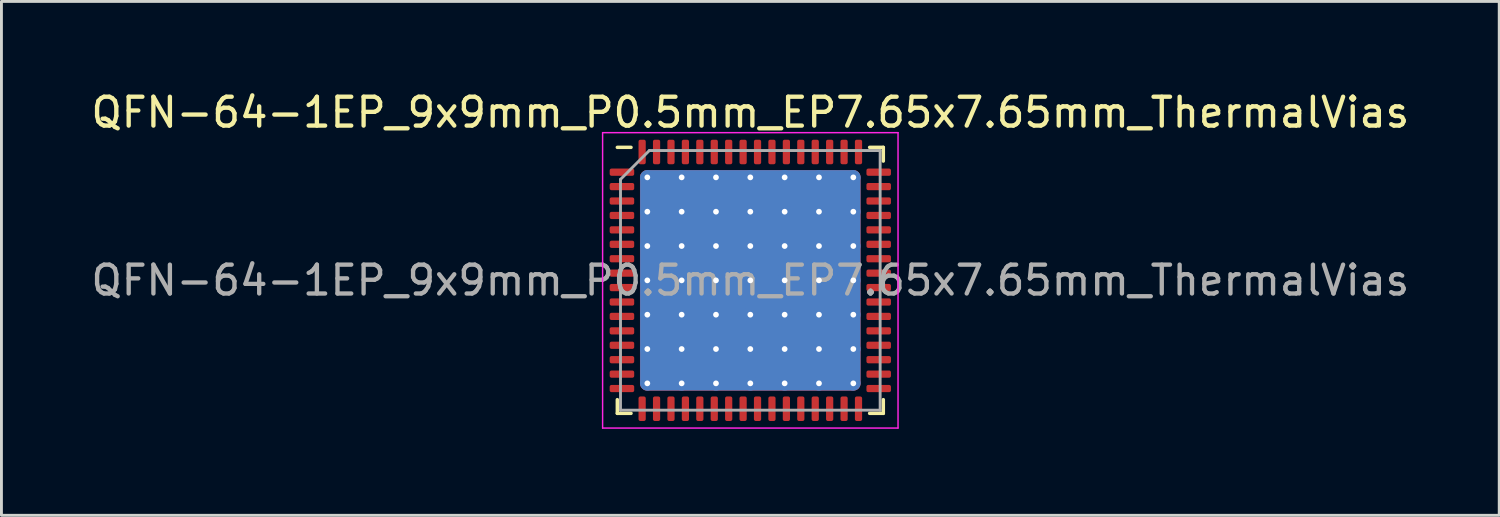
<source format=kicad_pcb>
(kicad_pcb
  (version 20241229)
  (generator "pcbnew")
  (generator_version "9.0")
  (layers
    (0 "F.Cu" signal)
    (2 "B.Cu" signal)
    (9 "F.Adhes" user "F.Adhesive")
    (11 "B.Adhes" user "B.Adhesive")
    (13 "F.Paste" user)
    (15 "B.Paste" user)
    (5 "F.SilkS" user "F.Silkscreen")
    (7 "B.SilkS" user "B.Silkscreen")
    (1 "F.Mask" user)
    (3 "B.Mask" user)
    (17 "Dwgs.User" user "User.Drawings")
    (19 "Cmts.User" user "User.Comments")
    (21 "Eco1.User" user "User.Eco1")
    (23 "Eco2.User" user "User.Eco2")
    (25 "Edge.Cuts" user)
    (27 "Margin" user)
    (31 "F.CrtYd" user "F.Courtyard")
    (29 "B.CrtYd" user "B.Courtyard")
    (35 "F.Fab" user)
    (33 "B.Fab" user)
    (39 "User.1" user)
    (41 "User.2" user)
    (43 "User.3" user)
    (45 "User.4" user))
  (footprint "QFN-64-1EP_9x9mm_P0.5mm_EP7.65x7.65mm_ThermalVias"
    (layer "F.Cu")
    (at 22.958 6.668)
    (property "Reference" "QFN-64-1EP_9x9mm_P0.5mm_EP7.65x7.65mm_ThermalVias" (at 0 -5.82 0) (layer "F.SilkS") (effects (font (size 1 1) (thickness 0.15))))
    (attr smd)
    (fp_line (start -4.61 4.61) (end -4.61 4.135) (stroke (width 0.12) (type solid)) (layer "F.SilkS"))
    (fp_line (start -4.135 -4.61) (end -4.61 -4.61) (stroke (width 0.12) (type solid)) (layer "F.SilkS"))
    (fp_line (start -4.135 4.61) (end -4.61 4.61) (stroke (width 0.12) (type solid)) (layer "F.SilkS"))
    (fp_line (start 4.135 -4.61) (end 4.61 -4.61) (stroke (width 0.12) (type solid)) (layer "F.SilkS"))
    (fp_line (start 4.135 4.61) (end 4.61 4.61) (stroke (width 0.12) (type solid)) (layer "F.SilkS"))
    (fp_line (start 4.61 -4.61) (end 4.61 -4.135) (stroke (width 0.12) (type solid)) (layer "F.SilkS"))
    (fp_line (start 4.61 4.61) (end 4.61 4.135) (stroke (width 0.12) (type solid)) (layer "F.SilkS"))
    (fp_line (start -5.12 -5.12) (end -5.12 5.12) (stroke (width 0.05) (type solid)) (layer "F.CrtYd"))
    (fp_line (start -5.12 5.12) (end 5.12 5.12) (stroke (width 0.05) (type solid)) (layer "F.CrtYd"))
    (fp_line (start 5.12 -5.12) (end -5.12 -5.12) (stroke (width 0.05) (type solid)) (layer "F.CrtYd"))
    (fp_line (start 5.12 5.12) (end 5.12 -5.12) (stroke (width 0.05) (type solid)) (layer "F.CrtYd"))
    (fp_line (start -4.5 -3.5) (end -3.5 -4.5) (stroke (width 0.1) (type solid)) (layer "F.Fab"))
    (fp_line (start -4.5 4.5) (end -4.5 -3.5) (stroke (width 0.1) (type solid)) (layer "F.Fab"))
    (fp_line (start -3.5 -4.5) (end 4.5 -4.5) (stroke (width 0.1) (type solid)) (layer "F.Fab"))
    (fp_line (start 4.5 -4.5) (end 4.5 4.5) (stroke (width 0.1) (type solid)) (layer "F.Fab"))
    (fp_line (start 4.5 4.5) (end -4.5 4.5) (stroke (width 0.1) (type solid)) (layer "F.Fab"))
    (fp_text user "${REFERENCE}" (at 0 0 0) (layer "F.Fab") (effects (font (size 1 1) (thickness 0.15))))
    (pad "" smd custom (at -2.975 -2.975) (size 0.943 0.943) (layers "F.Paste") (options (anchor circle)) (primitives (gr_poly (pts (xy -0.514 -0.393) (xy -0.393 -0.514) (xy 0.393 -0.514) (xy 0.514 -0.393) (xy 0.514 0.393) (xy 0.393 0.514) (xy -0.393 0.514) (xy -0.514 0.393)) (width 0) (fill yes))))
    (pad "" smd custom (at -2.975 -1.785) (size 0.943 0.943) (layers "F.Paste") (options (anchor circle)) (primitives (gr_poly (pts (xy -0.514 -0.393) (xy -0.393 -0.514) (xy 0.393 -0.514) (xy 0.514 -0.393) (xy 0.514 0.393) (xy 0.393 0.514) (xy -0.393 0.514) (xy -0.514 0.393)) (width 0) (fill yes))))
    (pad "" smd custom (at -2.975 -0.595) (size 0.943 0.943) (layers "F.Paste") (options (anchor circle)) (primitives (gr_poly (pts (xy -0.514 -0.393) (xy -0.393 -0.514) (xy 0.393 -0.514) (xy 0.514 -0.393) (xy 0.514 0.393) (xy 0.393 0.514) (xy -0.393 0.514) (xy -0.514 0.393)) (width 0) (fill yes))))
    (pad "" smd custom (at -2.975 0.595) (size 0.943 0.943) (layers "F.Paste") (options (anchor circle)) (primitives (gr_poly (pts (xy -0.514 -0.393) (xy -0.393 -0.514) (xy 0.393 -0.514) (xy 0.514 -0.393) (xy 0.514 0.393) (xy 0.393 0.514) (xy -0.393 0.514) (xy -0.514 0.393)) (width 0) (fill yes))))
    (pad "" smd custom (at -2.975 1.785) (size 0.943 0.943) (layers "F.Paste") (options (anchor circle)) (primitives (gr_poly (pts (xy -0.514 -0.393) (xy -0.393 -0.514) (xy 0.393 -0.514) (xy 0.514 -0.393) (xy 0.514 0.393) (xy 0.393 0.514) (xy -0.393 0.514) (xy -0.514 0.393)) (width 0) (fill yes))))
    (pad "" smd custom (at -2.975 2.975) (size 0.943 0.943) (layers "F.Paste") (options (anchor circle)) (primitives (gr_poly (pts (xy -0.514 -0.393) (xy -0.393 -0.514) (xy 0.393 -0.514) (xy 0.514 -0.393) (xy 0.514 0.393) (xy 0.393 0.514) (xy -0.393 0.514) (xy -0.514 0.393)) (width 0) (fill yes))))
    (pad "" smd custom (at -1.785 -2.975) (size 0.943 0.943) (layers "F.Paste") (options (anchor circle)) (primitives (gr_poly (pts (xy -0.514 -0.393) (xy -0.393 -0.514) (xy 0.393 -0.514) (xy 0.514 -0.393) (xy 0.514 0.393) (xy 0.393 0.514) (xy -0.393 0.514) (xy -0.514 0.393)) (width 0) (fill yes))))
    (pad "" smd custom (at -1.785 -1.785) (size 0.943 0.943) (layers "F.Paste") (options (anchor circle)) (primitives (gr_poly (pts (xy -0.514 -0.393) (xy -0.393 -0.514) (xy 0.393 -0.514) (xy 0.514 -0.393) (xy 0.514 0.393) (xy 0.393 0.514) (xy -0.393 0.514) (xy -0.514 0.393)) (width 0) (fill yes))))
    (pad "" smd custom (at -1.785 -0.595) (size 0.943 0.943) (layers "F.Paste") (options (anchor circle)) (primitives (gr_poly (pts (xy -0.514 -0.393) (xy -0.393 -0.514) (xy 0.393 -0.514) (xy 0.514 -0.393) (xy 0.514 0.393) (xy 0.393 0.514) (xy -0.393 0.514) (xy -0.514 0.393)) (width 0) (fill yes))))
    (pad "" smd custom (at -1.785 0.595) (size 0.943 0.943) (layers "F.Paste") (options (anchor circle)) (primitives (gr_poly (pts (xy -0.514 -0.393) (xy -0.393 -0.514) (xy 0.393 -0.514) (xy 0.514 -0.393) (xy 0.514 0.393) (xy 0.393 0.514) (xy -0.393 0.514) (xy -0.514 0.393)) (width 0) (fill yes))))
    (pad "" smd custom (at -1.785 1.785) (size 0.943 0.943) (layers "F.Paste") (options (anchor circle)) (primitives (gr_poly (pts (xy -0.514 -0.393) (xy -0.393 -0.514) (xy 0.393 -0.514) (xy 0.514 -0.393) (xy 0.514 0.393) (xy 0.393 0.514) (xy -0.393 0.514) (xy -0.514 0.393)) (width 0) (fill yes))))
    (pad "" smd custom (at -1.785 2.975) (size 0.943 0.943) (layers "F.Paste") (options (anchor circle)) (primitives (gr_poly (pts (xy -0.514 -0.393) (xy -0.393 -0.514) (xy 0.393 -0.514) (xy 0.514 -0.393) (xy 0.514 0.393) (xy 0.393 0.514) (xy -0.393 0.514) (xy -0.514 0.393)) (width 0) (fill yes))))
    (pad "" smd custom (at -0.595 -2.975) (size 0.943 0.943) (layers "F.Paste") (options (anchor circle)) (primitives (gr_poly (pts (xy -0.514 -0.393) (xy -0.393 -0.514) (xy 0.393 -0.514) (xy 0.514 -0.393) (xy 0.514 0.393) (xy 0.393 0.514) (xy -0.393 0.514) (xy -0.514 0.393)) (width 0) (fill yes))))
    (pad "" smd custom (at -0.595 -1.785) (size 0.943 0.943) (layers "F.Paste") (options (anchor circle)) (primitives (gr_poly (pts (xy -0.514 -0.393) (xy -0.393 -0.514) (xy 0.393 -0.514) (xy 0.514 -0.393) (xy 0.514 0.393) (xy 0.393 0.514) (xy -0.393 0.514) (xy -0.514 0.393)) (width 0) (fill yes))))
    (pad "" smd custom (at -0.595 -0.595) (size 0.943 0.943) (layers "F.Paste") (options (anchor circle)) (primitives (gr_poly (pts (xy -0.514 -0.393) (xy -0.393 -0.514) (xy 0.393 -0.514) (xy 0.514 -0.393) (xy 0.514 0.393) (xy 0.393 0.514) (xy -0.393 0.514) (xy -0.514 0.393)) (width 0) (fill yes))))
    (pad "" smd custom (at -0.595 0.595) (size 0.943 0.943) (layers "F.Paste") (options (anchor circle)) (primitives (gr_poly (pts (xy -0.514 -0.393) (xy -0.393 -0.514) (xy 0.393 -0.514) (xy 0.514 -0.393) (xy 0.514 0.393) (xy 0.393 0.514) (xy -0.393 0.514) (xy -0.514 0.393)) (width 0) (fill yes))))
    (pad "" smd custom (at -0.595 1.785) (size 0.943 0.943) (layers "F.Paste") (options (anchor circle)) (primitives (gr_poly (pts (xy -0.514 -0.393) (xy -0.393 -0.514) (xy 0.393 -0.514) (xy 0.514 -0.393) (xy 0.514 0.393) (xy 0.393 0.514) (xy -0.393 0.514) (xy -0.514 0.393)) (width 0) (fill yes))))
    (pad "" smd custom (at -0.595 2.975) (size 0.943 0.943) (layers "F.Paste") (options (anchor circle)) (primitives (gr_poly (pts (xy -0.514 -0.393) (xy -0.393 -0.514) (xy 0.393 -0.514) (xy 0.514 -0.393) (xy 0.514 0.393) (xy 0.393 0.514) (xy -0.393 0.514) (xy -0.514 0.393)) (width 0) (fill yes))))
    (pad "" smd custom (at 0.595 -2.975) (size 0.943 0.943) (layers "F.Paste") (options (anchor circle)) (primitives (gr_poly (pts (xy -0.514 -0.393) (xy -0.393 -0.514) (xy 0.393 -0.514) (xy 0.514 -0.393) (xy 0.514 0.393) (xy 0.393 0.514) (xy -0.393 0.514) (xy -0.514 0.393)) (width 0) (fill yes))))
    (pad "" smd custom (at 0.595 -1.785) (size 0.943 0.943) (layers "F.Paste") (options (anchor circle)) (primitives (gr_poly (pts (xy -0.514 -0.393) (xy -0.393 -0.514) (xy 0.393 -0.514) (xy 0.514 -0.393) (xy 0.514 0.393) (xy 0.393 0.514) (xy -0.393 0.514) (xy -0.514 0.393)) (width 0) (fill yes))))
    (pad "" smd custom (at 0.595 -0.595) (size 0.943 0.943) (layers "F.Paste") (options (anchor circle)) (primitives (gr_poly (pts (xy -0.514 -0.393) (xy -0.393 -0.514) (xy 0.393 -0.514) (xy 0.514 -0.393) (xy 0.514 0.393) (xy 0.393 0.514) (xy -0.393 0.514) (xy -0.514 0.393)) (width 0) (fill yes))))
    (pad "" smd custom (at 0.595 0.595) (size 0.943 0.943) (layers "F.Paste") (options (anchor circle)) (primitives (gr_poly (pts (xy -0.514 -0.393) (xy -0.393 -0.514) (xy 0.393 -0.514) (xy 0.514 -0.393) (xy 0.514 0.393) (xy 0.393 0.514) (xy -0.393 0.514) (xy -0.514 0.393)) (width 0) (fill yes))))
    (pad "" smd custom (at 0.595 1.785) (size 0.943 0.943) (layers "F.Paste") (options (anchor circle)) (primitives (gr_poly (pts (xy -0.514 -0.393) (xy -0.393 -0.514) (xy 0.393 -0.514) (xy 0.514 -0.393) (xy 0.514 0.393) (xy 0.393 0.514) (xy -0.393 0.514) (xy -0.514 0.393)) (width 0) (fill yes))))
    (pad "" smd custom (at 0.595 2.975) (size 0.943 0.943) (layers "F.Paste") (options (anchor circle)) (primitives (gr_poly (pts (xy -0.514 -0.393) (xy -0.393 -0.514) (xy 0.393 -0.514) (xy 0.514 -0.393) (xy 0.514 0.393) (xy 0.393 0.514) (xy -0.393 0.514) (xy -0.514 0.393)) (width 0) (fill yes))))
    (pad "" smd custom (at 1.785 -2.975) (size 0.943 0.943) (layers "F.Paste") (options (anchor circle)) (primitives (gr_poly (pts (xy -0.514 -0.393) (xy -0.393 -0.514) (xy 0.393 -0.514) (xy 0.514 -0.393) (xy 0.514 0.393) (xy 0.393 0.514) (xy -0.393 0.514) (xy -0.514 0.393)) (width 0) (fill yes))))
    (pad "" smd custom (at 1.785 -1.785) (size 0.943 0.943) (layers "F.Paste") (options (anchor circle)) (primitives (gr_poly (pts (xy -0.514 -0.393) (xy -0.393 -0.514) (xy 0.393 -0.514) (xy 0.514 -0.393) (xy 0.514 0.393) (xy 0.393 0.514) (xy -0.393 0.514) (xy -0.514 0.393)) (width 0) (fill yes))))
    (pad "" smd custom (at 1.785 -0.595) (size 0.943 0.943) (layers "F.Paste") (options (anchor circle)) (primitives (gr_poly (pts (xy -0.514 -0.393) (xy -0.393 -0.514) (xy 0.393 -0.514) (xy 0.514 -0.393) (xy 0.514 0.393) (xy 0.393 0.514) (xy -0.393 0.514) (xy -0.514 0.393)) (width 0) (fill yes))))
    (pad "" smd custom (at 1.785 0.595) (size 0.943 0.943) (layers "F.Paste") (options (anchor circle)) (primitives (gr_poly (pts (xy -0.514 -0.393) (xy -0.393 -0.514) (xy 0.393 -0.514) (xy 0.514 -0.393) (xy 0.514 0.393) (xy 0.393 0.514) (xy -0.393 0.514) (xy -0.514 0.393)) (width 0) (fill yes))))
    (pad "" smd custom (at 1.785 1.785) (size 0.943 0.943) (layers "F.Paste") (options (anchor circle)) (primitives (gr_poly (pts (xy -0.514 -0.393) (xy -0.393 -0.514) (xy 0.393 -0.514) (xy 0.514 -0.393) (xy 0.514 0.393) (xy 0.393 0.514) (xy -0.393 0.514) (xy -0.514 0.393)) (width 0) (fill yes))))
    (pad "" smd custom (at 1.785 2.975) (size 0.943 0.943) (layers "F.Paste") (options (anchor circle)) (primitives (gr_poly (pts (xy -0.514 -0.393) (xy -0.393 -0.514) (xy 0.393 -0.514) (xy 0.514 -0.393) (xy 0.514 0.393) (xy 0.393 0.514) (xy -0.393 0.514) (xy -0.514 0.393)) (width 0) (fill yes))))
    (pad "" smd custom (at 2.975 -2.975) (size 0.943 0.943) (layers "F.Paste") (options (anchor circle)) (primitives (gr_poly (pts (xy -0.514 -0.393) (xy -0.393 -0.514) (xy 0.393 -0.514) (xy 0.514 -0.393) (xy 0.514 0.393) (xy 0.393 0.514) (xy -0.393 0.514) (xy -0.514 0.393)) (width 0) (fill yes))))
    (pad "" smd custom (at 2.975 -1.785) (size 0.943 0.943) (layers "F.Paste") (options (anchor circle)) (primitives (gr_poly (pts (xy -0.514 -0.393) (xy -0.393 -0.514) (xy 0.393 -0.514) (xy 0.514 -0.393) (xy 0.514 0.393) (xy 0.393 0.514) (xy -0.393 0.514) (xy -0.514 0.393)) (width 0) (fill yes))))
    (pad "" smd custom (at 2.975 -0.595) (size 0.943 0.943) (layers "F.Paste") (options (anchor circle)) (primitives (gr_poly (pts (xy -0.514 -0.393) (xy -0.393 -0.514) (xy 0.393 -0.514) (xy 0.514 -0.393) (xy 0.514 0.393) (xy 0.393 0.514) (xy -0.393 0.514) (xy -0.514 0.393)) (width 0) (fill yes))))
    (pad "" smd custom (at 2.975 0.595) (size 0.943 0.943) (layers "F.Paste") (options (anchor circle)) (primitives (gr_poly (pts (xy -0.514 -0.393) (xy -0.393 -0.514) (xy 0.393 -0.514) (xy 0.514 -0.393) (xy 0.514 0.393) (xy 0.393 0.514) (xy -0.393 0.514) (xy -0.514 0.393)) (width 0) (fill yes))))
    (pad "" smd custom (at 2.975 1.785) (size 0.943 0.943) (layers "F.Paste") (options (anchor circle)) (primitives (gr_poly (pts (xy -0.514 -0.393) (xy -0.393 -0.514) (xy 0.393 -0.514) (xy 0.514 -0.393) (xy 0.514 0.393) (xy 0.393 0.514) (xy -0.393 0.514) (xy -0.514 0.393)) (width 0) (fill yes))))
    (pad "" smd custom (at 2.975 2.975) (size 0.943 0.943) (layers "F.Paste") (options (anchor circle)) (primitives (gr_poly (pts (xy -0.514 -0.393) (xy -0.393 -0.514) (xy 0.393 -0.514) (xy 0.514 -0.393) (xy 0.514 0.393) (xy 0.393 0.514) (xy -0.393 0.514) (xy -0.514 0.393)) (width 0) (fill yes))))
    (pad "1" smd roundrect (at -4.45 -3.75) (size 0.85 0.25) (layers "F.Cu" "F.Mask" "F.Paste") (roundrect_rratio 0.25))
    (pad "2" smd roundrect (at -4.45 -3.25) (size 0.85 0.25) (layers "F.Cu" "F.Mask" "F.Paste") (roundrect_rratio 0.25))
    (pad "3" smd roundrect (at -4.45 -2.75) (size 0.85 0.25) (layers "F.Cu" "F.Mask" "F.Paste") (roundrect_rratio 0.25))
    (pad "4" smd roundrect (at -4.45 -2.25) (size 0.85 0.25) (layers "F.Cu" "F.Mask" "F.Paste") (roundrect_rratio 0.25))
    (pad "5" smd roundrect (at -4.45 -1.75) (size 0.85 0.25) (layers "F.Cu" "F.Mask" "F.Paste") (roundrect_rratio 0.25))
    (pad "6" smd roundrect (at -4.45 -1.25) (size 0.85 0.25) (layers "F.Cu" "F.Mask" "F.Paste") (roundrect_rratio 0.25))
    (pad "7" smd roundrect (at -4.45 -0.75) (size 0.85 0.25) (layers "F.Cu" "F.Mask" "F.Paste") (roundrect_rratio 0.25))
    (pad "8" smd roundrect (at -4.45 -0.25) (size 0.85 0.25) (layers "F.Cu" "F.Mask" "F.Paste") (roundrect_rratio 0.25))
    (pad "9" smd roundrect (at -4.45 0.25) (size 0.85 0.25) (layers "F.Cu" "F.Mask" "F.Paste") (roundrect_rratio 0.25))
    (pad "10" smd roundrect (at -4.45 0.75) (size 0.85 0.25) (layers "F.Cu" "F.Mask" "F.Paste") (roundrect_rratio 0.25))
    (pad "11" smd roundrect (at -4.45 1.25) (size 0.85 0.25) (layers "F.Cu" "F.Mask" "F.Paste") (roundrect_rratio 0.25))
    (pad "12" smd roundrect (at -4.45 1.75) (size 0.85 0.25) (layers "F.Cu" "F.Mask" "F.Paste") (roundrect_rratio 0.25))
    (pad "13" smd roundrect (at -4.45 2.25) (size 0.85 0.25) (layers "F.Cu" "F.Mask" "F.Paste") (roundrect_rratio 0.25))
    (pad "14" smd roundrect (at -4.45 2.75) (size 0.85 0.25) (layers "F.Cu" "F.Mask" "F.Paste") (roundrect_rratio 0.25))
    (pad "15" smd roundrect (at -4.45 3.25) (size 0.85 0.25) (layers "F.Cu" "F.Mask" "F.Paste") (roundrect_rratio 0.25))
    (pad "16" smd roundrect (at -4.45 3.75) (size 0.85 0.25) (layers "F.Cu" "F.Mask" "F.Paste") (roundrect_rratio 0.25))
    (pad "17" smd roundrect (at -3.75 4.45) (size 0.25 0.85) (layers "F.Cu" "F.Mask" "F.Paste") (roundrect_rratio 0.25))
    (pad "18" smd roundrect (at -3.25 4.45) (size 0.25 0.85) (layers "F.Cu" "F.Mask" "F.Paste") (roundrect_rratio 0.25))
    (pad "19" smd roundrect (at -2.75 4.45) (size 0.25 0.85) (layers "F.Cu" "F.Mask" "F.Paste") (roundrect_rratio 0.25))
    (pad "20" smd roundrect (at -2.25 4.45) (size 0.25 0.85) (layers "F.Cu" "F.Mask" "F.Paste") (roundrect_rratio 0.25))
    (pad "21" smd roundrect (at -1.75 4.45) (size 0.25 0.85) (layers "F.Cu" "F.Mask" "F.Paste") (roundrect_rratio 0.25))
    (pad "22" smd roundrect (at -1.25 4.45) (size 0.25 0.85) (layers "F.Cu" "F.Mask" "F.Paste") (roundrect_rratio 0.25))
    (pad "23" smd roundrect (at -0.75 4.45) (size 0.25 0.85) (layers "F.Cu" "F.Mask" "F.Paste") (roundrect_rratio 0.25))
    (pad "24" smd roundrect (at -0.25 4.45) (size 0.25 0.85) (layers "F.Cu" "F.Mask" "F.Paste") (roundrect_rratio 0.25))
    (pad "25" smd roundrect (at 0.25 4.45) (size 0.25 0.85) (layers "F.Cu" "F.Mask" "F.Paste") (roundrect_rratio 0.25))
    (pad "26" smd roundrect (at 0.75 4.45) (size 0.25 0.85) (layers "F.Cu" "F.Mask" "F.Paste") (roundrect_rratio 0.25))
    (pad "27" smd roundrect (at 1.25 4.45) (size 0.25 0.85) (layers "F.Cu" "F.Mask" "F.Paste") (roundrect_rratio 0.25))
    (pad "28" smd roundrect (at 1.75 4.45) (size 0.25 0.85) (layers "F.Cu" "F.Mask" "F.Paste") (roundrect_rratio 0.25))
    (pad "29" smd roundrect (at 2.25 4.45) (size 0.25 0.85) (layers "F.Cu" "F.Mask" "F.Paste") (roundrect_rratio 0.25))
    (pad "30" smd roundrect (at 2.75 4.45) (size 0.25 0.85) (layers "F.Cu" "F.Mask" "F.Paste") (roundrect_rratio 0.25))
    (pad "31" smd roundrect (at 3.25 4.45) (size 0.25 0.85) (layers "F.Cu" "F.Mask" "F.Paste") (roundrect_rratio 0.25))
    (pad "32" smd roundrect (at 3.75 4.45) (size 0.25 0.85) (layers "F.Cu" "F.Mask" "F.Paste") (roundrect_rratio 0.25))
    (pad "33" smd roundrect (at 4.45 3.75) (size 0.85 0.25) (layers "F.Cu" "F.Mask" "F.Paste") (roundrect_rratio 0.25))
    (pad "34" smd roundrect (at 4.45 3.25) (size 0.85 0.25) (layers "F.Cu" "F.Mask" "F.Paste") (roundrect_rratio 0.25))
    (pad "35" smd roundrect (at 4.45 2.75) (size 0.85 0.25) (layers "F.Cu" "F.Mask" "F.Paste") (roundrect_rratio 0.25))
    (pad "36" smd roundrect (at 4.45 2.25) (size 0.85 0.25) (layers "F.Cu" "F.Mask" "F.Paste") (roundrect_rratio 0.25))
    (pad "37" smd roundrect (at 4.45 1.75) (size 0.85 0.25) (layers "F.Cu" "F.Mask" "F.Paste") (roundrect_rratio 0.25))
    (pad "38" smd roundrect (at 4.45 1.25) (size 0.85 0.25) (layers "F.Cu" "F.Mask" "F.Paste") (roundrect_rratio 0.25))
    (pad "39" smd roundrect (at 4.45 0.75) (size 0.85 0.25) (layers "F.Cu" "F.Mask" "F.Paste") (roundrect_rratio 0.25))
    (pad "40" smd roundrect (at 4.45 0.25) (size 0.85 0.25) (layers "F.Cu" "F.Mask" "F.Paste") (roundrect_rratio 0.25))
    (pad "41" smd roundrect (at 4.45 -0.25) (size 0.85 0.25) (layers "F.Cu" "F.Mask" "F.Paste") (roundrect_rratio 0.25))
    (pad "42" smd roundrect (at 4.45 -0.75) (size 0.85 0.25) (layers "F.Cu" "F.Mask" "F.Paste") (roundrect_rratio 0.25))
    (pad "43" smd roundrect (at 4.45 -1.25) (size 0.85 0.25) (layers "F.Cu" "F.Mask" "F.Paste") (roundrect_rratio 0.25))
    (pad "44" smd roundrect (at 4.45 -1.75) (size 0.85 0.25) (layers "F.Cu" "F.Mask" "F.Paste") (roundrect_rratio 0.25))
    (pad "45" smd roundrect (at 4.45 -2.25) (size 0.85 0.25) (layers "F.Cu" "F.Mask" "F.Paste") (roundrect_rratio 0.25))
    (pad "46" smd roundrect (at 4.45 -2.75) (size 0.85 0.25) (layers "F.Cu" "F.Mask" "F.Paste") (roundrect_rratio 0.25))
    (pad "47" smd roundrect (at 4.45 -3.25) (size 0.85 0.25) (layers "F.Cu" "F.Mask" "F.Paste") (roundrect_rratio 0.25))
    (pad "48" smd roundrect (at 4.45 -3.75) (size 0.85 0.25) (layers "F.Cu" "F.Mask" "F.Paste") (roundrect_rratio 0.25))
    (pad "49" smd roundrect (at 3.75 -4.45) (size 0.25 0.85) (layers "F.Cu" "F.Mask" "F.Paste") (roundrect_rratio 0.25))
    (pad "50" smd roundrect (at 3.25 -4.45) (size 0.25 0.85) (layers "F.Cu" "F.Mask" "F.Paste") (roundrect_rratio 0.25))
    (pad "51" smd roundrect (at 2.75 -4.45) (size 0.25 0.85) (layers "F.Cu" "F.Mask" "F.Paste") (roundrect_rratio 0.25))
    (pad "52" smd roundrect (at 2.25 -4.45) (size 0.25 0.85) (layers "F.Cu" "F.Mask" "F.Paste") (roundrect_rratio 0.25))
    (pad "53" smd roundrect (at 1.75 -4.45) (size 0.25 0.85) (layers "F.Cu" "F.Mask" "F.Paste") (roundrect_rratio 0.25))
    (pad "54" smd roundrect (at 1.25 -4.45) (size 0.25 0.85) (layers "F.Cu" "F.Mask" "F.Paste") (roundrect_rratio 0.25))
    (pad "55" smd roundrect (at 0.75 -4.45) (size 0.25 0.85) (layers "F.Cu" "F.Mask" "F.Paste") (roundrect_rratio 0.25))
    (pad "56" smd roundrect (at 0.25 -4.45) (size 0.25 0.85) (layers "F.Cu" "F.Mask" "F.Paste") (roundrect_rratio 0.25))
    (pad "57" smd roundrect (at -0.25 -4.45) (size 0.25 0.85) (layers "F.Cu" "F.Mask" "F.Paste") (roundrect_rratio 0.25))
    (pad "58" smd roundrect (at -0.75 -4.45) (size 0.25 0.85) (layers "F.Cu" "F.Mask" "F.Paste") (roundrect_rratio 0.25))
    (pad "59" smd roundrect (at -1.25 -4.45) (size 0.25 0.85) (layers "F.Cu" "F.Mask" "F.Paste") (roundrect_rratio 0.25))
    (pad "60" smd roundrect (at -1.75 -4.45) (size 0.25 0.85) (layers "F.Cu" "F.Mask" "F.Paste") (roundrect_rratio 0.25))
    (pad "61" smd roundrect (at -2.25 -4.45) (size 0.25 0.85) (layers "F.Cu" "F.Mask" "F.Paste") (roundrect_rratio 0.25))
    (pad "62" smd roundrect (at -2.75 -4.45) (size 0.25 0.85) (layers "F.Cu" "F.Mask" "F.Paste") (roundrect_rratio 0.25))
    (pad "63" smd roundrect (at -3.25 -4.45) (size 0.25 0.85) (layers "F.Cu" "F.Mask" "F.Paste") (roundrect_rratio 0.25))
    (pad "64" smd roundrect (at -3.75 -4.45) (size 0.25 0.85) (layers "F.Cu" "F.Mask" "F.Paste") (roundrect_rratio 0.25))
    (pad "65" thru_hole circle (at -3.57 -3.57) (size 0.5 0.5) (drill 0.2) (layers "*.Cu"))
    (pad "65" thru_hole circle (at -3.57 -2.38) (size 0.5 0.5) (drill 0.2) (layers "*.Cu"))
    (pad "65" thru_hole circle (at -3.57 -1.19) (size 0.5 0.5) (drill 0.2) (layers "*.Cu"))
    (pad "65" thru_hole circle (at -3.57 0) (size 0.5 0.5) (drill 0.2) (layers "*.Cu"))
    (pad "65" thru_hole circle (at -3.57 1.19) (size 0.5 0.5) (drill 0.2) (layers "*.Cu"))
    (pad "65" thru_hole circle (at -3.57 2.38) (size 0.5 0.5) (drill 0.2) (layers "*.Cu"))
    (pad "65" thru_hole circle (at -3.57 3.57) (size 0.5 0.5) (drill 0.2) (layers "*.Cu"))
    (pad "65" thru_hole circle (at -2.38 -3.57) (size 0.5 0.5) (drill 0.2) (layers "*.Cu"))
    (pad "65" thru_hole circle (at -2.38 -2.38) (size 0.5 0.5) (drill 0.2) (layers "*.Cu"))
    (pad "65" thru_hole circle (at -2.38 -1.19) (size 0.5 0.5) (drill 0.2) (layers "*.Cu"))
    (pad "65" thru_hole circle (at -2.38 0) (size 0.5 0.5) (drill 0.2) (layers "*.Cu"))
    (pad "65" thru_hole circle (at -2.38 1.19) (size 0.5 0.5) (drill 0.2) (layers "*.Cu"))
    (pad "65" thru_hole circle (at -2.38 2.38) (size 0.5 0.5) (drill 0.2) (layers "*.Cu"))
    (pad "65" thru_hole circle (at -2.38 3.57) (size 0.5 0.5) (drill 0.2) (layers "*.Cu"))
    (pad "65" thru_hole circle (at -1.19 -3.57) (size 0.5 0.5) (drill 0.2) (layers "*.Cu"))
    (pad "65" thru_hole circle (at -1.19 -2.38) (size 0.5 0.5) (drill 0.2) (layers "*.Cu"))
    (pad "65" thru_hole circle (at -1.19 -1.19) (size 0.5 0.5) (drill 0.2) (layers "*.Cu"))
    (pad "65" thru_hole circle (at -1.19 0) (size 0.5 0.5) (drill 0.2) (layers "*.Cu"))
    (pad "65" thru_hole circle (at -1.19 1.19) (size 0.5 0.5) (drill 0.2) (layers "*.Cu"))
    (pad "65" thru_hole circle (at -1.19 2.38) (size 0.5 0.5) (drill 0.2) (layers "*.Cu"))
    (pad "65" thru_hole circle (at -1.19 3.57) (size 0.5 0.5) (drill 0.2) (layers "*.Cu"))
    (pad "65" thru_hole circle (at 0 -3.57) (size 0.5 0.5) (drill 0.2) (layers "*.Cu"))
    (pad "65" thru_hole circle (at 0 -2.38) (size 0.5 0.5) (drill 0.2) (layers "*.Cu"))
    (pad "65" thru_hole circle (at 0 -1.19) (size 0.5 0.5) (drill 0.2) (layers "*.Cu"))
    (pad "65" thru_hole circle (at 0 0) (size 0.5 0.5) (drill 0.2) (layers "*.Cu"))
    (pad "65" smd roundrect (at 0 0) (size 7.64 7.64) (layers "B.Cu") (roundrect_rratio 0.033))
    (pad "65" smd roundrect (at 0 0) (size 7.65 7.65) (layers "F.Cu" "F.Mask") (roundrect_rratio 0.033))
    (pad "65" thru_hole circle (at 0 1.19) (size 0.5 0.5) (drill 0.2) (layers "*.Cu"))
    (pad "65" thru_hole circle (at 0 2.38) (size 0.5 0.5) (drill 0.2) (layers "*.Cu"))
    (pad "65" thru_hole circle (at 0 3.57) (size 0.5 0.5) (drill 0.2) (layers "*.Cu"))
    (pad "65" thru_hole circle (at 1.19 -3.57) (size 0.5 0.5) (drill 0.2) (layers "*.Cu"))
    (pad "65" thru_hole circle (at 1.19 -2.38) (size 0.5 0.5) (drill 0.2) (layers "*.Cu"))
    (pad "65" thru_hole circle (at 1.19 -1.19) (size 0.5 0.5) (drill 0.2) (layers "*.Cu"))
    (pad "65" thru_hole circle (at 1.19 0) (size 0.5 0.5) (drill 0.2) (layers "*.Cu"))
    (pad "65" thru_hole circle (at 1.19 1.19) (size 0.5 0.5) (drill 0.2) (layers "*.Cu"))
    (pad "65" thru_hole circle (at 1.19 2.38) (size 0.5 0.5) (drill 0.2) (layers "*.Cu"))
    (pad "65" thru_hole circle (at 1.19 3.57) (size 0.5 0.5) (drill 0.2) (layers "*.Cu"))
    (pad "65" thru_hole circle (at 2.38 -3.57) (size 0.5 0.5) (drill 0.2) (layers "*.Cu"))
    (pad "65" thru_hole circle (at 2.38 -2.38) (size 0.5 0.5) (drill 0.2) (layers "*.Cu"))
    (pad "65" thru_hole circle (at 2.38 -1.19) (size 0.5 0.5) (drill 0.2) (layers "*.Cu"))
    (pad "65" thru_hole circle (at 2.38 0) (size 0.5 0.5) (drill 0.2) (layers "*.Cu"))
    (pad "65" thru_hole circle (at 2.38 1.19) (size 0.5 0.5) (drill 0.2) (layers "*.Cu"))
    (pad "65" thru_hole circle (at 2.38 2.38) (size 0.5 0.5) (drill 0.2) (layers "*.Cu"))
    (pad "65" thru_hole circle (at 2.38 3.57) (size 0.5 0.5) (drill 0.2) (layers "*.Cu"))
    (pad "65" thru_hole circle (at 3.57 -3.57) (size 0.5 0.5) (drill 0.2) (layers "*.Cu"))
    (pad "65" thru_hole circle (at 3.57 -2.38) (size 0.5 0.5) (drill 0.2) (layers "*.Cu"))
    (pad "65" thru_hole circle (at 3.57 -1.19) (size 0.5 0.5) (drill 0.2) (layers "*.Cu"))
    (pad "65" thru_hole circle (at 3.57 0) (size 0.5 0.5) (drill 0.2) (layers "*.Cu"))
    (pad "65" thru_hole circle (at 3.57 1.19) (size 0.5 0.5) (drill 0.2) (layers "*.Cu"))
    (pad "65" thru_hole circle (at 3.57 2.38) (size 0.5 0.5) (drill 0.2) (layers "*.Cu"))
    (pad "65" thru_hole circle (at 3.57 3.57) (size 0.5 0.5) (drill 0.2) (layers "*.Cu")))
  (gr_rect
    (start -3 -3)
    (end 48.917 14.813)
    (stroke (width 0.1) (type default))
    (fill no)
    (layer "Edge.Cuts")))
</source>
